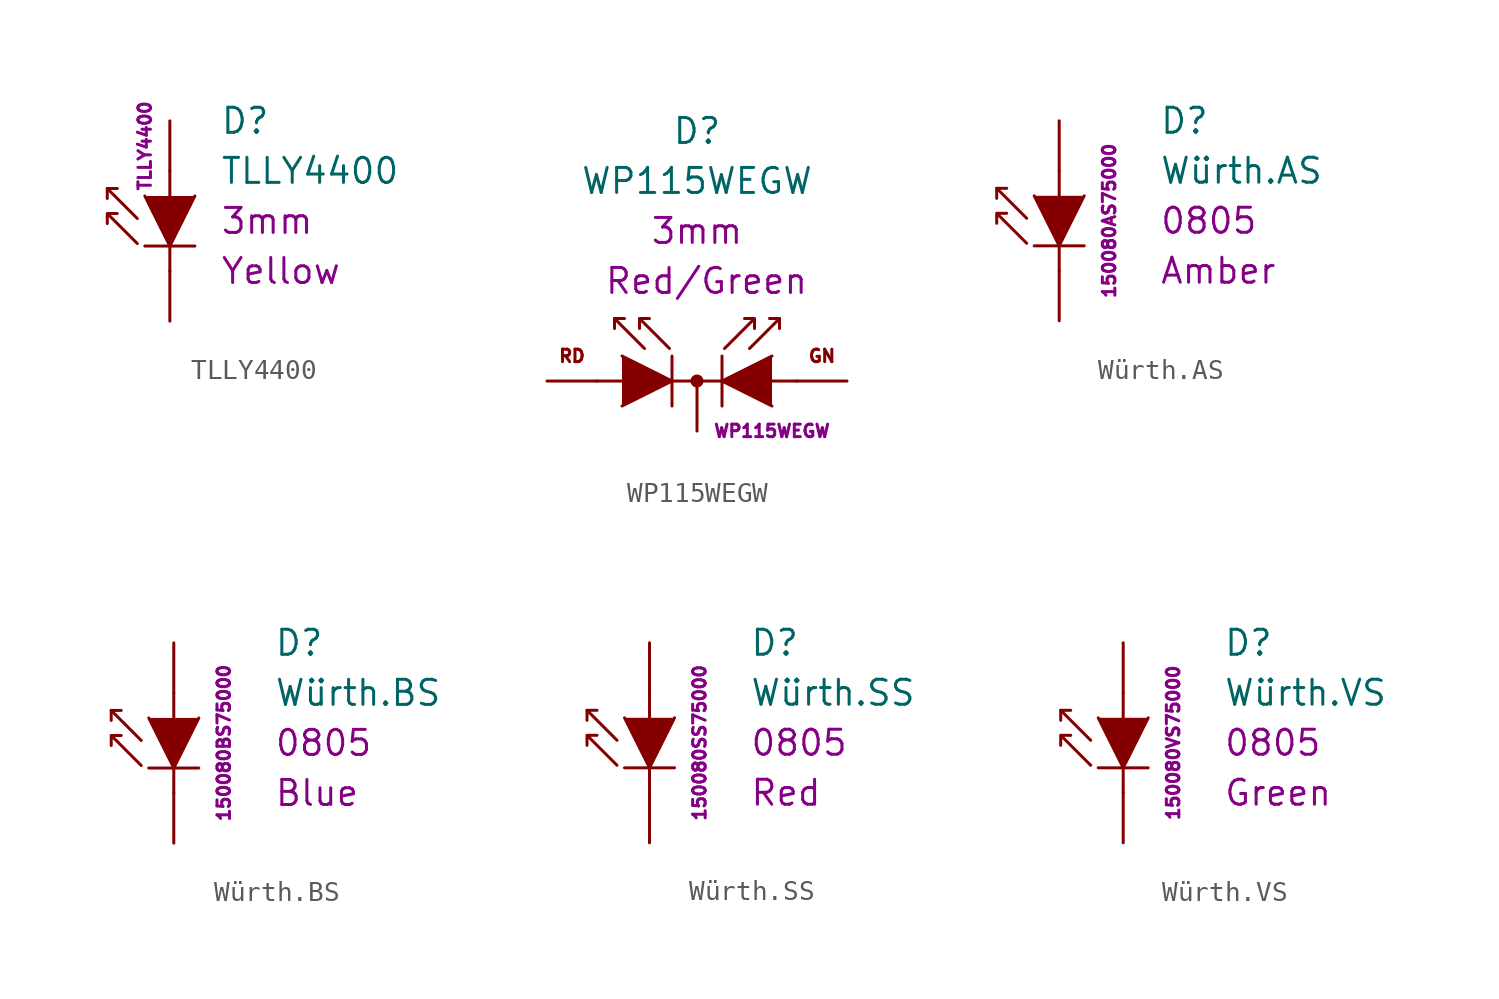
<source format=kicad_sym>
(kicad_symbol_lib
  (version 20220914)
  (generator kicad_symbol_editor)
  (symbol "TLLY4400"
    (pin_numbers hide)
    (pin_names
      (offset 1.016) hide)
    (property "Reference" "D"
      (at 2.54 5.08 0)
      (effects (font (size 1.27 1.27)) (justify left)))
    (property "Value" "TLLY4400"
      (at 2.54 2.54 0)
      (effects (font (size 1.27 1.27)) (justify left)))
    (property "Package" "3mm"
      (at 2.54 0 0)
      (effects (font (size 1.27 1.27)) (justify left)))
    (property "Color" "Yellow"
      (at 2.54 -2.54 0)
      (effects (font (size 1.27 1.27)) (justify left)))
    (property "MPN" "TLLY4400"
      (at -1.27 3.81 90)
      (effects (font (size 0.635 0.635))))
    (symbol "TLLY4400_0_1"
      (polyline (pts (xy -3.175 1.651) (xy -3.175 1.143)) (stroke (width 0) (type default)) (fill (type none)))
      (polyline (pts (xy -1.27 -1.27) (xy 1.27 -1.27)) (stroke (width 0.152) (type default)) (fill (type none)))
      (polyline (pts (xy 0 -2.54) (xy 0 -1.27)) (stroke (width 0) (type default)) (fill (type none)))
      (polyline (pts (xy 0 1.27) (xy 0 2.54)) (stroke (width 0) (type default)) (fill (type none)))
      (polyline (pts (xy -1.651 0.127) (xy -3.175 1.651) (xy -2.667 1.651)) (stroke (width 0) (type default)) (fill (type none)))
      (polyline (pts (xy -1.27 1.27) (xy 0 -1.27) (xy 1.27 1.27)) (stroke (width 0) (type default)) (fill (type outline)))
      (polyline (pts (xy -1.651 -1.143) (xy -3.175 0.381) (xy -2.667 0.381) (xy -3.175 0.381) (xy -3.175 -0.127)) (stroke (width 0) (type default)) (fill (type none))))
    (symbol "TLLY4400_1_1"
      (pin passive line (at 0 -5.08 90) (length 2.54) (name "K" (effects (font (size 1.27 1.27)))) (number "1" (effects (font (size 1.27 1.27)))))
      (pin passive line (at 0 5.08 270) (length 2.54) (name "A" (effects (font (size 1.27 1.27)))) (number "2" (effects (font (size 1.27 1.27)))))))
  (symbol "WP115WEGW"
    (pin_numbers hide)
    (pin_names
      (offset 1.016) hide)
    (property "Reference" "D"
      (at 0 12.7 0)
      (effects (font (size 1.27 1.27))))
    (property "Value" "WP115WEGW"
      (at 0 10.16 0)
      (effects (font (size 1.27 1.27))))
    (property "Package" "3mm"
      (at 0 7.62 0)
      (effects (font (size 1.27 1.27))))
    (property "Color" " Red/Green"
      (at 0 5.08 0)
      (effects (font (size 1.27 1.27))))
    (property "MPN" "WP115WEGW"
      (at 3.81 -2.54 0)
      (effects (font (size 0.635 0.635))))
    (symbol "WP115WEGW_0_0"
      (text "GN" (at 6.35 1.27 0) (effects (font (size 0.635 0.635))))
      (text "RD" (at -6.35 1.27 0) (effects (font (size 0.635 0.635)))))
    (symbol "WP115WEGW_0_1"
      (polyline (pts (xy -4.191 3.175) (xy -3.683 3.175)) (stroke (width 0) (type default)) (fill (type none)))
      (polyline (pts (xy -3.81 0) (xy -5.08 0)) (stroke (width 0) (type default)) (fill (type none)))
      (polyline (pts (xy -1.27 1.27) (xy -1.27 -1.27)) (stroke (width 0.152) (type default)) (fill (type none)))
      (polyline (pts (xy 0 0) (xy -1.27 0)) (stroke (width 0) (type default)) (fill (type none)))
      (polyline (pts (xy 0 0) (xy 1.27 0)) (stroke (width 0) (type default)) (fill (type none)))
      (polyline (pts (xy 1.27 1.27) (xy 1.27 -1.27)) (stroke (width 0.152) (type default)) (fill (type none)))
      (polyline (pts (xy 3.81 0) (xy 5.08 0)) (stroke (width 0) (type default)) (fill (type none)))
      (polyline (pts (xy 4.191 3.175) (xy 3.683 3.175)) (stroke (width 0) (type default)) (fill (type none)))
      (polyline (pts (xy -3.81 1.27) (xy -1.27 0) (xy -3.81 -1.27)) (stroke (width 0) (type default)) (fill (type outline)))
      (polyline (pts (xy -2.667 1.651) (xy -4.191 3.175) (xy -4.191 2.667)) (stroke (width 0) (type default)) (fill (type none)))
      (polyline (pts (xy 2.667 1.651) (xy 4.191 3.175) (xy 4.191 2.667)) (stroke (width 0) (type default)) (fill (type none)))
      (polyline (pts (xy 3.81 1.27) (xy 1.27 0) (xy 3.81 -1.27)) (stroke (width 0) (type default)) (fill (type outline)))
      (polyline (pts (xy -1.397 1.651) (xy -2.921 3.175) (xy -2.921 2.667) (xy -2.921 3.175) (xy -2.413 3.175)) (stroke (width 0) (type default)) (fill (type none)))
      (polyline (pts (xy 1.397 1.651) (xy 2.921 3.175) (xy 2.921 2.667) (xy 2.921 3.175) (xy 2.413 3.175)) (stroke (width 0) (type default)) (fill (type none)))
      (circle (center 0 0) (radius 0.254) (stroke (width 0) (type default)) (fill (type outline))))
    (symbol "WP115WEGW_1_1"
      (pin passive line (at -7.62 0 0) (length 2.54) (name "A-RD" (effects (font (size 1.27 1.27)))) (number "1" (effects (font (size 1.27 1.27)))))
      (pin passive line (at 0 -2.54 90) (length 2.54) (name "K" (effects (font (size 1.27 1.27)))) (number "2" (effects (font (size 1.27 1.27)))))
      (pin passive line (at 7.62 0 180) (length 2.54) (name "A-GN" (effects (font (size 1.27 1.27)))) (number "3" (effects (font (size 1.27 1.27)))))))
  (symbol "Würth.AS"
    (pin_numbers hide)
    (pin_names
      (offset 1.016) hide)
    (property "Reference" "D"
      (at 5.08 5.08 0)
      (effects (font (size 1.27 1.27)) (justify left)))
    (property "Value" "Würth.AS"
      (at 5.08 2.54 0)
      (effects (font (size 1.27 1.27)) (justify left)))
    (property "Package" "0805"
      (at 5.08 0 0)
      (effects (font (size 1.27 1.27)) (justify left)))
    (property "Color" "Amber"
      (at 5.08 -2.54 0)
      (effects (font (size 1.27 1.27)) (justify left)))
    (property "MPN" "150080AS75000"
      (at 2.54 0 90)
      (effects (font (size 0.635 0.635))))
    (symbol "Würth.AS_0_1"
      (polyline (pts (xy -3.175 1.651) (xy -3.175 1.143)) (stroke (width 0) (type default)) (fill (type none)))
      (polyline (pts (xy -1.27 -1.27) (xy 1.27 -1.27)) (stroke (width 0.152) (type default)) (fill (type none)))
      (polyline (pts (xy 0 -2.54) (xy 0 -1.27)) (stroke (width 0) (type default)) (fill (type none)))
      (polyline (pts (xy 0 1.27) (xy 0 2.54)) (stroke (width 0) (type default)) (fill (type none)))
      (polyline (pts (xy -1.651 0.127) (xy -3.175 1.651) (xy -2.667 1.651)) (stroke (width 0) (type default)) (fill (type none)))
      (polyline (pts (xy -1.27 1.27) (xy 0 -1.27) (xy 1.27 1.27)) (stroke (width 0) (type default)) (fill (type outline)))
      (polyline (pts (xy -1.651 -1.143) (xy -3.175 0.381) (xy -2.667 0.381) (xy -3.175 0.381) (xy -3.175 -0.127)) (stroke (width 0) (type default)) (fill (type none))))
    (symbol "Würth.AS_1_1"
      (pin passive line (at 0 -5.08 90) (length 2.54) (name "K" (effects (font (size 1.27 1.27)))) (number "1" (effects (font (size 1.27 1.27)))))
      (pin passive line (at 0 5.08 270) (length 2.54) (name "A" (effects (font (size 1.27 1.27)))) (number "2" (effects (font (size 1.27 1.27)))))))
  (symbol "Würth.BS"
    (pin_numbers hide)
    (pin_names
      (offset 1.016) hide)
    (property "Reference" "D"
      (at 5.08 5.08 0)
      (effects (font (size 1.27 1.27)) (justify left)))
    (property "Value" "Würth.BS"
      (at 5.08 2.54 0)
      (effects (font (size 1.27 1.27)) (justify left)))
    (property "Package" "0805"
      (at 5.08 0 0)
      (effects (font (size 1.27 1.27)) (justify left)))
    (property "Color" "Blue"
      (at 5.08 -2.54 0)
      (effects (font (size 1.27 1.27)) (justify left)))
    (property "MPN" "150080BS75000"
      (at 2.54 0 90)
      (effects (font (size 0.635 0.635))))
    (symbol "Würth.BS_0_1"
      (polyline (pts (xy -3.175 1.651) (xy -3.175 1.143)) (stroke (width 0) (type default)) (fill (type none)))
      (polyline (pts (xy -1.27 -1.27) (xy 1.27 -1.27)) (stroke (width 0.152) (type default)) (fill (type none)))
      (polyline (pts (xy 0 -2.54) (xy 0 -1.27)) (stroke (width 0) (type default)) (fill (type none)))
      (polyline (pts (xy 0 1.27) (xy 0 2.54)) (stroke (width 0) (type default)) (fill (type none)))
      (polyline (pts (xy -1.651 0.127) (xy -3.175 1.651) (xy -2.667 1.651)) (stroke (width 0) (type default)) (fill (type none)))
      (polyline (pts (xy -1.27 1.27) (xy 0 -1.27) (xy 1.27 1.27)) (stroke (width 0) (type default)) (fill (type outline)))
      (polyline (pts (xy -1.651 -1.143) (xy -3.175 0.381) (xy -2.667 0.381) (xy -3.175 0.381) (xy -3.175 -0.127)) (stroke (width 0) (type default)) (fill (type none))))
    (symbol "Würth.BS_1_1"
      (pin passive line (at 0 -5.08 90) (length 2.54) (name "K" (effects (font (size 1.27 1.27)))) (number "1" (effects (font (size 1.27 1.27)))))
      (pin passive line (at 0 5.08 270) (length 2.54) (name "A" (effects (font (size 1.27 1.27)))) (number "2" (effects (font (size 1.27 1.27)))))))
  (symbol "Würth.SS"
    (pin_numbers hide)
    (pin_names
      (offset 1.016) hide)
    (property "Reference" "D"
      (at 5.08 5.08 0)
      (effects (font (size 1.27 1.27)) (justify left)))
    (property "Value" "Würth.SS"
      (at 5.08 2.54 0)
      (effects (font (size 1.27 1.27)) (justify left)))
    (property "Package" "0805"
      (at 5.08 0 0)
      (effects (font (size 1.27 1.27)) (justify left)))
    (property "Color" "Red"
      (at 5.08 -2.54 0)
      (effects (font (size 1.27 1.27)) (justify left)))
    (property "MPN" "150080SS75000"
      (at 2.54 0 90)
      (effects (font (size 0.635 0.635))))
    (symbol "Würth.SS_0_1"
      (polyline (pts (xy -3.175 1.651) (xy -3.175 1.143)) (stroke (width 0) (type default)) (fill (type none)))
      (polyline (pts (xy -1.27 -1.27) (xy 1.27 -1.27)) (stroke (width 0.152) (type default)) (fill (type none)))
      (polyline (pts (xy 0 -2.54) (xy 0 -1.27)) (stroke (width 0) (type default)) (fill (type none)))
      (polyline (pts (xy 0 1.27) (xy 0 2.54)) (stroke (width 0) (type default)) (fill (type none)))
      (polyline (pts (xy -1.651 0.127) (xy -3.175 1.651) (xy -2.667 1.651)) (stroke (width 0) (type default)) (fill (type none)))
      (polyline (pts (xy -1.27 1.27) (xy 0 -1.27) (xy 1.27 1.27)) (stroke (width 0) (type default)) (fill (type outline)))
      (polyline (pts (xy -1.651 -1.143) (xy -3.175 0.381) (xy -2.667 0.381) (xy -3.175 0.381) (xy -3.175 -0.127)) (stroke (width 0) (type default)) (fill (type none))))
    (symbol "Würth.SS_1_1"
      (pin passive line (at 0 -5.08 90) (length 2.54) (name "K" (effects (font (size 1.27 1.27)))) (number "1" (effects (font (size 1.27 1.27)))))
      (pin passive line (at 0 5.08 270) (length 2.54) (name "A" (effects (font (size 1.27 1.27)))) (number "2" (effects (font (size 1.27 1.27)))))))
  (symbol "Würth.VS"
    (pin_numbers hide)
    (pin_names
      (offset 1.016) hide)
    (property "Reference" "D"
      (at 5.08 5.08 0)
      (effects (font (size 1.27 1.27)) (justify left)))
    (property "Value" "Würth.VS"
      (at 5.08 2.54 0)
      (effects (font (size 1.27 1.27)) (justify left)))
    (property "Package" "0805"
      (at 5.08 0 0)
      (effects (font (size 1.27 1.27)) (justify left)))
    (property "Color" "Green"
      (at 5.08 -2.54 0)
      (effects (font (size 1.27 1.27)) (justify left)))
    (property "MPN" "150080VS75000"
      (at 2.54 0 90)
      (effects (font (size 0.635 0.635))))
    (symbol "Würth.VS_0_1"
      (polyline (pts (xy -3.175 1.651) (xy -3.175 1.143)) (stroke (width 0) (type default)) (fill (type none)))
      (polyline (pts (xy -1.27 -1.27) (xy 1.27 -1.27)) (stroke (width 0.152) (type default)) (fill (type none)))
      (polyline (pts (xy 0 -2.54) (xy 0 -1.27)) (stroke (width 0) (type default)) (fill (type none)))
      (polyline (pts (xy 0 1.27) (xy 0 2.54)) (stroke (width 0) (type default)) (fill (type none)))
      (polyline (pts (xy -1.651 0.127) (xy -3.175 1.651) (xy -2.667 1.651)) (stroke (width 0) (type default)) (fill (type none)))
      (polyline (pts (xy -1.27 1.27) (xy 0 -1.27) (xy 1.27 1.27)) (stroke (width 0) (type default)) (fill (type outline)))
      (polyline (pts (xy -1.651 -1.143) (xy -3.175 0.381) (xy -2.667 0.381) (xy -3.175 0.381) (xy -3.175 -0.127)) (stroke (width 0) (type default)) (fill (type none))))
    (symbol "Würth.VS_1_1"
      (pin passive line (at 0 -5.08 90) (length 2.54) (name "K" (effects (font (size 1.27 1.27)))) (number "1" (effects (font (size 1.27 1.27)))))
      (pin passive line (at 0 5.08 270) (length 2.54) (name "A" (effects (font (size 1.27 1.27)))) (number "2" (effects (font (size 1.27 1.27))))))))
</source>
